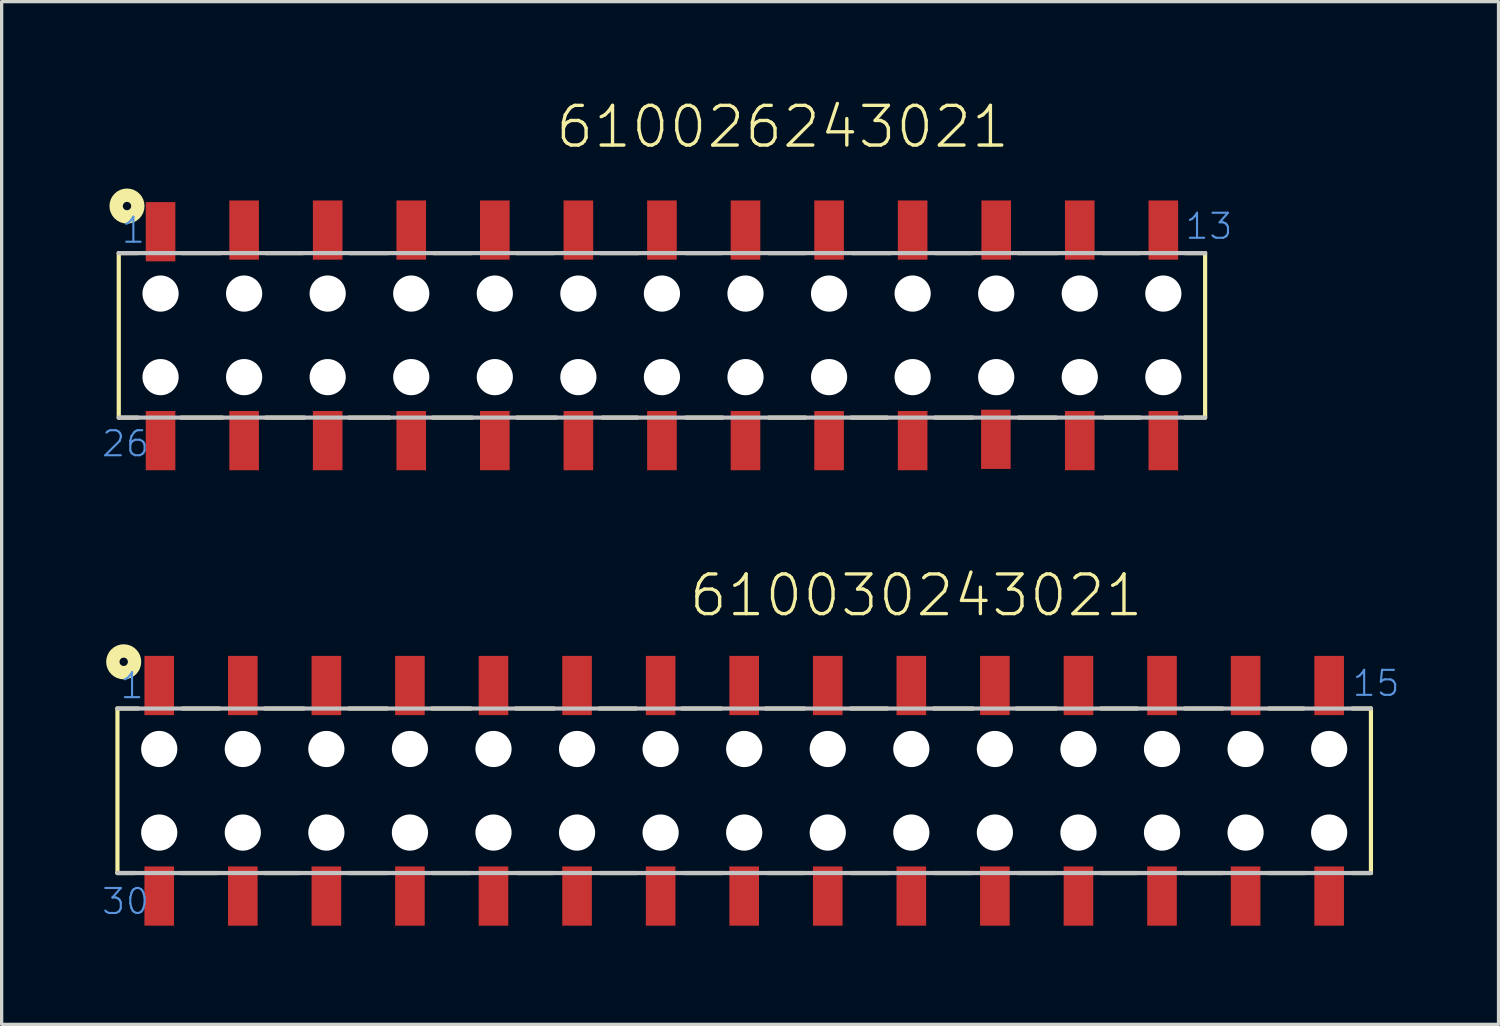
<source format=kicad_pcb>
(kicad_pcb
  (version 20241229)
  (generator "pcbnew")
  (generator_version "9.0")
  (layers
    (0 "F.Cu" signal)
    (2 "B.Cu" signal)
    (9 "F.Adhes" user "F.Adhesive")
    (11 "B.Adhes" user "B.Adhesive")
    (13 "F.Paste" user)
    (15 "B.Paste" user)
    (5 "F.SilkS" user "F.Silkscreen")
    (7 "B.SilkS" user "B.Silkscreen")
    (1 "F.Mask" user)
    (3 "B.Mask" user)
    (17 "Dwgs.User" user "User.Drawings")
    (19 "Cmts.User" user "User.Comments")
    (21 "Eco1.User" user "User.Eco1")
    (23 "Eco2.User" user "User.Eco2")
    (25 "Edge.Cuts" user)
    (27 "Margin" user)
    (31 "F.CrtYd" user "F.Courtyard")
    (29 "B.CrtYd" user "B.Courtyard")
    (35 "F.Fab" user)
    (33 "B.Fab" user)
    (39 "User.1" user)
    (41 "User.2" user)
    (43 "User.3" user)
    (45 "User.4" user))
  (footprint "610030243021"
    (layer "F.Cu")
    (at 19.57 20.986)
    (property "Reference" "610030243021" (at -1.732 -5.232 0) (layer "F.SilkS") (effects (font (size 1.206 1.206) (thickness 0.102)) (justify left bottom)))
    (attr through_hole)
    (fp_line (start -19.05 -2.5) (end -19.05 2.5) (stroke (width 0.127) (type solid)) (layer "F.SilkS"))
    (fp_line (start -18.52 2.5) (end -19.05 2.5) (stroke (width 0.127) (type solid)) (layer "F.SilkS"))
    (fp_line (start -18.42 -2.5) (end -19.05 -2.5) (stroke (width 0.127) (type solid)) (layer "F.SilkS"))
    (fp_line (start -17.12 2.5) (end -16.01 2.5) (stroke (width 0.127) (type solid)) (layer "F.SilkS"))
    (fp_line (start -17.07 -2.5) (end -15.95 -2.5) (stroke (width 0.127) (type solid)) (layer "F.SilkS"))
    (fp_line (start -14.59 2.5) (end -13.52 2.5) (stroke (width 0.127) (type solid)) (layer "F.SilkS"))
    (fp_line (start -14.57 -2.5) (end -13.39 -2.5) (stroke (width 0.127) (type solid)) (layer "F.SilkS"))
    (fp_line (start -12.03 2.5) (end -10.85 2.5) (stroke (width 0.127) (type solid)) (layer "F.SilkS"))
    (fp_line (start -12.01 -2.5) (end -10.86 -2.5) (stroke (width 0.127) (type solid)) (layer "F.SilkS"))
    (fp_line (start -9.49 -2.5) (end -8.31 -2.5) (stroke (width 0.127) (type solid)) (layer "F.SilkS"))
    (fp_line (start -9.47 2.5) (end -8.33 2.5) (stroke (width 0.127) (type solid)) (layer "F.SilkS"))
    (fp_line (start -6.94 -2.5) (end -5.78 -2.5) (stroke (width 0.127) (type solid)) (layer "F.SilkS"))
    (fp_line (start -6.89 2.5) (end -5.8 2.5) (stroke (width 0.127) (type solid)) (layer "F.SilkS"))
    (fp_line (start -4.4 -2.5) (end -3.29 -2.5) (stroke (width 0.127) (type solid)) (layer "F.SilkS"))
    (fp_line (start -4.38 2.5) (end -3.24 2.5) (stroke (width 0.127) (type solid)) (layer "F.SilkS"))
    (fp_line (start -1.89 -2.5) (end -0.7 -2.5) (stroke (width 0.127) (type solid)) (layer "F.SilkS"))
    (fp_line (start -1.82 2.5) (end -0.67 2.5) (stroke (width 0.127) (type solid)) (layer "F.SilkS"))
    (fp_line (start 0.65 -2.5) (end 1.83 -2.5) (stroke (width 0.127) (type solid)) (layer "F.SilkS"))
    (fp_line (start 0.7 2.5) (end 1.83 2.5) (stroke (width 0.127) (type solid)) (layer "F.SilkS"))
    (fp_line (start 3.24 -2.5) (end 4.35 -2.5) (stroke (width 0.127) (type solid)) (layer "F.SilkS"))
    (fp_line (start 3.25 2.5) (end 4.4 2.5) (stroke (width 0.127) (type solid)) (layer "F.SilkS"))
    (fp_line (start 5.76 -2.5) (end 6.95 -2.5) (stroke (width 0.127) (type solid)) (layer "F.SilkS"))
    (fp_line (start 5.78 2.5) (end 6.93 2.5) (stroke (width 0.127) (type solid)) (layer "F.SilkS"))
    (fp_line (start 8.28 -2.5) (end 9.48 -2.5) (stroke (width 0.127) (type solid)) (layer "F.SilkS"))
    (fp_line (start 8.32 2.5) (end 9.45 2.5) (stroke (width 0.127) (type solid)) (layer "F.SilkS"))
    (fp_line (start 10.85 -2.5) (end 11.95 -2.5) (stroke (width 0.127) (type solid)) (layer "F.SilkS"))
    (fp_line (start 10.85 2.5) (end 11.95 2.5) (stroke (width 0.127) (type solid)) (layer "F.SilkS"))
    (fp_line (start 13.38 2.5) (end 14.54 2.5) (stroke (width 0.127) (type solid)) (layer "F.SilkS"))
    (fp_line (start 13.4 -2.5) (end 14.54 -2.5) (stroke (width 0.127) (type solid)) (layer "F.SilkS"))
    (fp_line (start 15.92 2.5) (end 17.06 2.5) (stroke (width 0.127) (type solid)) (layer "F.SilkS"))
    (fp_line (start 15.95 -2.5) (end 17 -2.5) (stroke (width 0.127) (type solid)) (layer "F.SilkS"))
    (fp_line (start 18.48 2.5) (end 19.05 2.5) (stroke (width 0.127) (type solid)) (layer "F.SilkS"))
    (fp_line (start 18.49 -2.5) (end 19.05 -2.5) (stroke (width 0.127) (type solid)) (layer "F.SilkS"))
    (fp_line (start 19.05 2.5) (end 19.05 -2.5) (stroke (width 0.127) (type solid)) (layer "F.SilkS"))
    (fp_circle (center -18.86 -3.92) (end -18.733 -3.92) (stroke (width 0.406) (type solid)) (fill no) (layer "F.SilkS"))
    (fp_line (start -19.05 -2.5) (end 19.05 -2.5) (stroke (width 0.127) (type solid)) (layer "Dwgs.User"))
    (fp_line (start -19.05 2.5) (end 19.05 2.5) (stroke (width 0.127) (type solid)) (layer "Dwgs.User"))
    (fp_text user "1" (at -19.01 -2.75 0) (layer "Cmts.User") (effects (font (size 0.76 0.76) (thickness 0.064)) (justify left bottom)))
    (fp_text user "15" (at 18.44 -2.82 0) (layer "Cmts.User") (effects (font (size 0.76 0.76) (thickness 0.064)) (justify left bottom)))
    (fp_text user "30" (at -19.57 3.81 0) (layer "Cmts.User") (effects (font (size 0.76 0.76) (thickness 0.064)) (justify left bottom)))
    (pad "" np_thru_hole circle (at -17.78 -1.27) (size 1.1 1.1) (drill 1.1) (layers "*.Cu"))
    (pad "" np_thru_hole circle (at -17.78 1.27) (size 1.1 1.1) (drill 1.1) (layers "*.Cu"))
    (pad "" np_thru_hole circle (at -15.24 -1.27) (size 1.1 1.1) (drill 1.1) (layers "*.Cu"))
    (pad "" np_thru_hole circle (at -15.24 1.27) (size 1.1 1.1) (drill 1.1) (layers "*.Cu"))
    (pad "" np_thru_hole circle (at -12.7 -1.27) (size 1.1 1.1) (drill 1.1) (layers "*.Cu"))
    (pad "" np_thru_hole circle (at -12.7 1.27) (size 1.1 1.1) (drill 1.1) (layers "*.Cu"))
    (pad "" np_thru_hole circle (at -10.16 -1.27) (size 1.1 1.1) (drill 1.1) (layers "*.Cu"))
    (pad "" np_thru_hole circle (at -10.16 1.27) (size 1.1 1.1) (drill 1.1) (layers "*.Cu"))
    (pad "" np_thru_hole circle (at -7.62 -1.27) (size 1.1 1.1) (drill 1.1) (layers "*.Cu"))
    (pad "" np_thru_hole circle (at -7.62 1.27) (size 1.1 1.1) (drill 1.1) (layers "*.Cu"))
    (pad "" np_thru_hole circle (at -5.08 -1.27) (size 1.1 1.1) (drill 1.1) (layers "*.Cu"))
    (pad "" np_thru_hole circle (at -5.08 1.27) (size 1.1 1.1) (drill 1.1) (layers "*.Cu"))
    (pad "" np_thru_hole circle (at -2.54 -1.27) (size 1.1 1.1) (drill 1.1) (layers "*.Cu"))
    (pad "" np_thru_hole circle (at -2.54 1.27) (size 1.1 1.1) (drill 1.1) (layers "*.Cu"))
    (pad "" np_thru_hole circle (at 0 -1.27) (size 1.1 1.1) (drill 1.1) (layers "*.Cu"))
    (pad "" np_thru_hole circle (at 0 1.27) (size 1.1 1.1) (drill 1.1) (layers "*.Cu"))
    (pad "" np_thru_hole circle (at 2.54 -1.27) (size 1.1 1.1) (drill 1.1) (layers "*.Cu"))
    (pad "" np_thru_hole circle (at 2.54 1.27) (size 1.1 1.1) (drill 1.1) (layers "*.Cu"))
    (pad "" np_thru_hole circle (at 5.08 -1.27) (size 1.1 1.1) (drill 1.1) (layers "*.Cu"))
    (pad "" np_thru_hole circle (at 5.08 1.27) (size 1.1 1.1) (drill 1.1) (layers "*.Cu"))
    (pad "" np_thru_hole circle (at 7.62 -1.27) (size 1.1 1.1) (drill 1.1) (layers "*.Cu"))
    (pad "" np_thru_hole circle (at 7.62 1.27) (size 1.1 1.1) (drill 1.1) (layers "*.Cu"))
    (pad "" np_thru_hole circle (at 10.16 -1.27) (size 1.1 1.1) (drill 1.1) (layers "*.Cu"))
    (pad "" np_thru_hole circle (at 10.16 1.27) (size 1.1 1.1) (drill 1.1) (layers "*.Cu"))
    (pad "" np_thru_hole circle (at 12.7 -1.27) (size 1.1 1.1) (drill 1.1) (layers "*.Cu"))
    (pad "" np_thru_hole circle (at 12.7 1.27) (size 1.1 1.1) (drill 1.1) (layers "*.Cu"))
    (pad "" np_thru_hole circle (at 15.24 -1.27) (size 1.1 1.1) (drill 1.1) (layers "*.Cu"))
    (pad "" np_thru_hole circle (at 15.24 1.27) (size 1.1 1.1) (drill 1.1) (layers "*.Cu"))
    (pad "" np_thru_hole circle (at 17.78 -1.27) (size 1.1 1.1) (drill 1.1) (layers "*.Cu"))
    (pad "" np_thru_hole circle (at 17.78 1.27) (size 1.1 1.1) (drill 1.1) (layers "*.Cu"))
    (pad "1" smd rect (at -17.78 -3.2 90) (size 1.8 0.9) (layers "F.Cu" "F.Mask" "F.Paste"))
    (pad "2" smd rect (at -15.24 -3.2 90) (size 1.8 0.9) (layers "F.Cu" "F.Mask" "F.Paste"))
    (pad "3" smd rect (at -12.7 -3.2 90) (size 1.8 0.9) (layers "F.Cu" "F.Mask" "F.Paste"))
    (pad "4" smd rect (at -10.16 -3.2 90) (size 1.8 0.9) (layers "F.Cu" "F.Mask" "F.Paste"))
    (pad "5" smd rect (at -7.62 -3.2 90) (size 1.8 0.9) (layers "F.Cu" "F.Mask" "F.Paste"))
    (pad "6" smd rect (at -5.08 -3.2 90) (size 1.8 0.9) (layers "F.Cu" "F.Mask" "F.Paste"))
    (pad "7" smd rect (at -2.54 -3.2 90) (size 1.8 0.9) (layers "F.Cu" "F.Mask" "F.Paste"))
    (pad "8" smd rect (at 0 -3.2 90) (size 1.8 0.9) (layers "F.Cu" "F.Mask" "F.Paste"))
    (pad "9" smd rect (at 2.54 -3.2 90) (size 1.8 0.9) (layers "F.Cu" "F.Mask" "F.Paste"))
    (pad "10" smd rect (at 5.08 -3.2 90) (size 1.8 0.9) (layers "F.Cu" "F.Mask" "F.Paste"))
    (pad "11" smd rect (at 7.62 -3.2 90) (size 1.8 0.9) (layers "F.Cu" "F.Mask" "F.Paste"))
    (pad "12" smd rect (at 10.16 -3.2 90) (size 1.8 0.9) (layers "F.Cu" "F.Mask" "F.Paste"))
    (pad "13" smd rect (at 12.7 -3.2 90) (size 1.8 0.9) (layers "F.Cu" "F.Mask" "F.Paste"))
    (pad "14" smd rect (at 15.24 -3.2 90) (size 1.8 0.9) (layers "F.Cu" "F.Mask" "F.Paste"))
    (pad "15" smd rect (at 17.78 -3.2 90) (size 1.8 0.9) (layers "F.Cu" "F.Mask" "F.Paste"))
    (pad "16" smd rect (at 17.78 3.2 90) (size 1.8 0.9) (layers "F.Cu" "F.Mask" "F.Paste"))
    (pad "17" smd rect (at 15.24 3.2 90) (size 1.8 0.9) (layers "F.Cu" "F.Mask" "F.Paste"))
    (pad "18" smd rect (at 12.7 3.2 90) (size 1.8 0.9) (layers "F.Cu" "F.Mask" "F.Paste"))
    (pad "19" smd rect (at 10.16 3.2 90) (size 1.8 0.9) (layers "F.Cu" "F.Mask" "F.Paste"))
    (pad "20" smd rect (at 7.62 3.2 90) (size 1.8 0.9) (layers "F.Cu" "F.Mask" "F.Paste"))
    (pad "21" smd rect (at 5.08 3.2 90) (size 1.8 0.9) (layers "F.Cu" "F.Mask" "F.Paste"))
    (pad "22" smd rect (at 2.54 3.2 90) (size 1.8 0.9) (layers "F.Cu" "F.Mask" "F.Paste"))
    (pad "23" smd rect (at 0 3.2 90) (size 1.8 0.9) (layers "F.Cu" "F.Mask" "F.Paste"))
    (pad "24" smd rect (at -2.54 3.2 90) (size 1.8 0.9) (layers "F.Cu" "F.Mask" "F.Paste"))
    (pad "25" smd rect (at -5.08 3.2 90) (size 1.8 0.9) (layers "F.Cu" "F.Mask" "F.Paste"))
    (pad "26" smd rect (at -7.62 3.2 90) (size 1.8 0.9) (layers "F.Cu" "F.Mask" "F.Paste"))
    (pad "27" smd rect (at -10.16 3.2 90) (size 1.8 0.9) (layers "F.Cu" "F.Mask" "F.Paste"))
    (pad "28" smd rect (at -12.7 3.2 90) (size 1.8 0.9) (layers "F.Cu" "F.Mask" "F.Paste"))
    (pad "29" smd rect (at -15.24 3.2 90) (size 1.8 0.9) (layers "F.Cu" "F.Mask" "F.Paste"))
    (pad "30" smd rect (at -17.78 3.2 90) (size 1.8 0.9) (layers "F.Cu" "F.Mask" "F.Paste")))
  (footprint "610026243021"
    (layer "F.Cu")
    (at 17.07 7.143)
    (property "Reference" "610026243021" (at -3.292 -5.632 0) (layer "F.SilkS") (effects (font (size 1.206 1.206) (thickness 0.102)) (justify left bottom)))
    (attr through_hole)
    (fp_line (start -16.51 -2.5) (end -16.51 2.5) (stroke (width 0.127) (type solid)) (layer "F.SilkS"))
    (fp_line (start -15.93 -2.5) (end -16.51 -2.5) (stroke (width 0.127) (type solid)) (layer "F.SilkS"))
    (fp_line (start -15.93 2.5) (end -16.51 2.5) (stroke (width 0.127) (type solid)) (layer "F.SilkS"))
    (fp_line (start -14.61 2.5) (end -13.36 2.5) (stroke (width 0.127) (type solid)) (layer "F.SilkS"))
    (fp_line (start -14.59 -2.5) (end -13.41 -2.5) (stroke (width 0.127) (type solid)) (layer "F.SilkS"))
    (fp_line (start -12.04 -2.5) (end -10.91 -2.5) (stroke (width 0.127) (type solid)) (layer "F.SilkS"))
    (fp_line (start -12.04 2.5) (end -10.87 2.5) (stroke (width 0.127) (type solid)) (layer "F.SilkS"))
    (fp_line (start -9.51 2.5) (end -8.28 2.5) (stroke (width 0.127) (type solid)) (layer "F.SilkS"))
    (fp_line (start -9.49 -2.5) (end -8.32 -2.5) (stroke (width 0.127) (type solid)) (layer "F.SilkS"))
    (fp_line (start -6.96 2.5) (end -5.77 2.5) (stroke (width 0.127) (type solid)) (layer "F.SilkS"))
    (fp_line (start -6.94 -2.5) (end -5.78 -2.5) (stroke (width 0.127) (type solid)) (layer "F.SilkS"))
    (fp_line (start -4.42 -2.5) (end -3.28 -2.5) (stroke (width 0.127) (type solid)) (layer "F.SilkS"))
    (fp_line (start -4.41 2.5) (end -3.21 2.5) (stroke (width 0.127) (type solid)) (layer "F.SilkS"))
    (fp_line (start -1.87 -2.5) (end -0.71 -2.5) (stroke (width 0.127) (type solid)) (layer "F.SilkS"))
    (fp_line (start -1.81 2.5) (end -0.75 2.5) (stroke (width 0.127) (type solid)) (layer "F.SilkS"))
    (fp_line (start 0.73 -2.5) (end 1.81 -2.5) (stroke (width 0.127) (type solid)) (layer "F.SilkS"))
    (fp_line (start 0.73 2.5) (end 1.84 2.5) (stroke (width 0.127) (type solid)) (layer "F.SilkS"))
    (fp_line (start 3.25 -2.5) (end 4.37 -2.5) (stroke (width 0.127) (type solid)) (layer "F.SilkS"))
    (fp_line (start 3.25 2.5) (end 4.36 2.5) (stroke (width 0.127) (type solid)) (layer "F.SilkS"))
    (fp_line (start 5.75 2.5) (end 6.85 2.5) (stroke (width 0.127) (type solid)) (layer "F.SilkS"))
    (fp_line (start 5.79 -2.5) (end 6.96 -2.5) (stroke (width 0.127) (type solid)) (layer "F.SilkS"))
    (fp_line (start 8.3 2.5) (end 9.45 2.5) (stroke (width 0.127) (type solid)) (layer "F.SilkS"))
    (fp_line (start 8.32 -2.5) (end 9.43 -2.5) (stroke (width 0.127) (type solid)) (layer "F.SilkS"))
    (fp_line (start 10.82 -2.5) (end 12.03 -2.5) (stroke (width 0.127) (type solid)) (layer "F.SilkS"))
    (fp_line (start 10.85 2.5) (end 11.98 2.5) (stroke (width 0.127) (type solid)) (layer "F.SilkS"))
    (fp_line (start 13.41 -2.5) (end 14.52 -2.5) (stroke (width 0.127) (type solid)) (layer "F.SilkS"))
    (fp_line (start 13.46 2.5) (end 14.53 2.5) (stroke (width 0.127) (type solid)) (layer "F.SilkS"))
    (fp_line (start 15.9 -2.5) (end 16.51 -2.5) (stroke (width 0.127) (type solid)) (layer "F.SilkS"))
    (fp_line (start 15.9 2.5) (end 16.51 2.5) (stroke (width 0.127) (type solid)) (layer "F.SilkS"))
    (fp_line (start 16.51 2.5) (end 16.51 -2.5) (stroke (width 0.127) (type solid)) (layer "F.SilkS"))
    (fp_circle (center -16.26 -3.93) (end -16.133 -3.93) (stroke (width 0.406) (type solid)) (fill no) (layer "F.SilkS"))
    (fp_line (start -16.51 -2.5) (end 16.51 -2.5) (stroke (width 0.127) (type solid)) (layer "Dwgs.User"))
    (fp_line (start -16.51 2.5) (end 16.51 2.5) (stroke (width 0.127) (type solid)) (layer "Dwgs.User"))
    (fp_text user "1" (at -16.47 -2.75 0) (layer "Cmts.User") (effects (font (size 0.76 0.76) (thickness 0.064)) (justify left bottom)))
    (fp_text user "26" (at -17.07 3.74 0) (layer "Cmts.User") (effects (font (size 0.76 0.76) (thickness 0.064)) (justify left bottom)))
    (fp_text user "13" (at 15.86 -2.87 0) (layer "Cmts.User") (effects (font (size 0.76 0.76) (thickness 0.064)) (justify left bottom)))
    (pad "" np_thru_hole circle (at -15.24 -1.27) (size 1.1 1.1) (drill 1.1) (layers "*.Cu"))
    (pad "" np_thru_hole circle (at -15.24 1.27) (size 1.1 1.1) (drill 1.1) (layers "*.Cu"))
    (pad "" np_thru_hole circle (at -12.7 -1.27) (size 1.1 1.1) (drill 1.1) (layers "*.Cu"))
    (pad "" np_thru_hole circle (at -12.7 1.27) (size 1.1 1.1) (drill 1.1) (layers "*.Cu"))
    (pad "" np_thru_hole circle (at -10.16 -1.27) (size 1.1 1.1) (drill 1.1) (layers "*.Cu"))
    (pad "" np_thru_hole circle (at -10.16 1.27) (size 1.1 1.1) (drill 1.1) (layers "*.Cu"))
    (pad "" np_thru_hole circle (at -7.62 -1.27) (size 1.1 1.1) (drill 1.1) (layers "*.Cu"))
    (pad "" np_thru_hole circle (at -7.62 1.27) (size 1.1 1.1) (drill 1.1) (layers "*.Cu"))
    (pad "" np_thru_hole circle (at -5.08 -1.27) (size 1.1 1.1) (drill 1.1) (layers "*.Cu"))
    (pad "" np_thru_hole circle (at -5.08 1.27) (size 1.1 1.1) (drill 1.1) (layers "*.Cu"))
    (pad "" np_thru_hole circle (at -2.54 -1.27) (size 1.1 1.1) (drill 1.1) (layers "*.Cu"))
    (pad "" np_thru_hole circle (at -2.54 1.27) (size 1.1 1.1) (drill 1.1) (layers "*.Cu"))
    (pad "" np_thru_hole circle (at 0 -1.27) (size 1.1 1.1) (drill 1.1) (layers "*.Cu"))
    (pad "" np_thru_hole circle (at 0 1.27) (size 1.1 1.1) (drill 1.1) (layers "*.Cu"))
    (pad "" np_thru_hole circle (at 2.54 -1.27) (size 1.1 1.1) (drill 1.1) (layers "*.Cu"))
    (pad "" np_thru_hole circle (at 2.54 1.27) (size 1.1 1.1) (drill 1.1) (layers "*.Cu"))
    (pad "" np_thru_hole circle (at 5.08 -1.27) (size 1.1 1.1) (drill 1.1) (layers "*.Cu"))
    (pad "" np_thru_hole circle (at 5.08 1.27) (size 1.1 1.1) (drill 1.1) (layers "*.Cu"))
    (pad "" np_thru_hole circle (at 7.62 -1.27) (size 1.1 1.1) (drill 1.1) (layers "*.Cu"))
    (pad "" np_thru_hole circle (at 7.62 1.27) (size 1.1 1.1) (drill 1.1) (layers "*.Cu"))
    (pad "" np_thru_hole circle (at 10.16 -1.27) (size 1.1 1.1) (drill 1.1) (layers "*.Cu"))
    (pad "" np_thru_hole circle (at 10.16 1.27) (size 1.1 1.1) (drill 1.1) (layers "*.Cu"))
    (pad "" np_thru_hole circle (at 12.7 -1.27) (size 1.1 1.1) (drill 1.1) (layers "*.Cu"))
    (pad "" np_thru_hole circle (at 12.7 1.27) (size 1.1 1.1) (drill 1.1) (layers "*.Cu"))
    (pad "" np_thru_hole circle (at 15.24 -1.27) (size 1.1 1.1) (drill 1.1) (layers "*.Cu"))
    (pad "" np_thru_hole circle (at 15.24 1.27) (size 1.1 1.1) (drill 1.1) (layers "*.Cu"))
    (pad "1" smd rect (at -15.24 -3.15 90) (size 1.8 0.9) (layers "F.Cu" "F.Mask" "F.Paste"))
    (pad "2" smd rect (at -12.7 -3.2 90) (size 1.8 0.9) (layers "F.Cu" "F.Mask" "F.Paste"))
    (pad "3" smd rect (at -10.16 -3.2 90) (size 1.8 0.9) (layers "F.Cu" "F.Mask" "F.Paste"))
    (pad "4" smd rect (at -7.62 -3.2 90) (size 1.8 0.9) (layers "F.Cu" "F.Mask" "F.Paste"))
    (pad "5" smd rect (at -5.08 -3.2 90) (size 1.8 0.9) (layers "F.Cu" "F.Mask" "F.Paste"))
    (pad "6" smd rect (at -2.54 -3.2 90) (size 1.8 0.9) (layers "F.Cu" "F.Mask" "F.Paste"))
    (pad "7" smd rect (at 0 -3.2 90) (size 1.8 0.9) (layers "F.Cu" "F.Mask" "F.Paste"))
    (pad "8" smd rect (at 2.54 -3.2 90) (size 1.8 0.9) (layers "F.Cu" "F.Mask" "F.Paste"))
    (pad "9" smd rect (at 5.08 -3.2 90) (size 1.8 0.9) (layers "F.Cu" "F.Mask" "F.Paste"))
    (pad "10" smd rect (at 7.62 -3.2 90) (size 1.8 0.9) (layers "F.Cu" "F.Mask" "F.Paste"))
    (pad "11" smd rect (at 10.16 -3.2 90) (size 1.8 0.9) (layers "F.Cu" "F.Mask" "F.Paste"))
    (pad "12" smd rect (at 12.7 -3.2 90) (size 1.8 0.9) (layers "F.Cu" "F.Mask" "F.Paste"))
    (pad "13" smd rect (at 15.24 -3.2 90) (size 1.8 0.9) (layers "F.Cu" "F.Mask" "F.Paste"))
    (pad "14" smd rect (at 15.24 3.2 90) (size 1.8 0.9) (layers "F.Cu" "F.Mask" "F.Paste"))
    (pad "15" smd rect (at 12.7 3.2 90) (size 1.8 0.9) (layers "F.Cu" "F.Mask" "F.Paste"))
    (pad "16" smd rect (at 10.15 3.16 90) (size 1.8 0.9) (layers "F.Cu" "F.Mask" "F.Paste"))
    (pad "17" smd rect (at 7.62 3.2 90) (size 1.8 0.9) (layers "F.Cu" "F.Mask" "F.Paste"))
    (pad "18" smd rect (at 5.08 3.2 90) (size 1.8 0.9) (layers "F.Cu" "F.Mask" "F.Paste"))
    (pad "19" smd rect (at 2.54 3.2 90) (size 1.8 0.9) (layers "F.Cu" "F.Mask" "F.Paste"))
    (pad "20" smd rect (at 0 3.2 90) (size 1.8 0.9) (layers "F.Cu" "F.Mask" "F.Paste"))
    (pad "21" smd rect (at -2.54 3.2 90) (size 1.8 0.9) (layers "F.Cu" "F.Mask" "F.Paste"))
    (pad "22" smd rect (at -5.08 3.2 90) (size 1.8 0.9) (layers "F.Cu" "F.Mask" "F.Paste"))
    (pad "23" smd rect (at -7.62 3.2 90) (size 1.8 0.9) (layers "F.Cu" "F.Mask" "F.Paste"))
    (pad "24" smd rect (at -10.16 3.2 90) (size 1.8 0.9) (layers "F.Cu" "F.Mask" "F.Paste"))
    (pad "25" smd rect (at -12.7 3.2 90) (size 1.8 0.9) (layers "F.Cu" "F.Mask" "F.Paste"))
    (pad "26" smd rect (at -15.24 3.2 90) (size 1.8 0.9) (layers "F.Cu" "F.Mask" "F.Paste")))
  (gr_rect
    (start -3 -3)
    (end 42.498 28.086)
    (stroke (width 0.1) (type default))
    (fill no)
    (layer "Edge.Cuts")))
</source>
